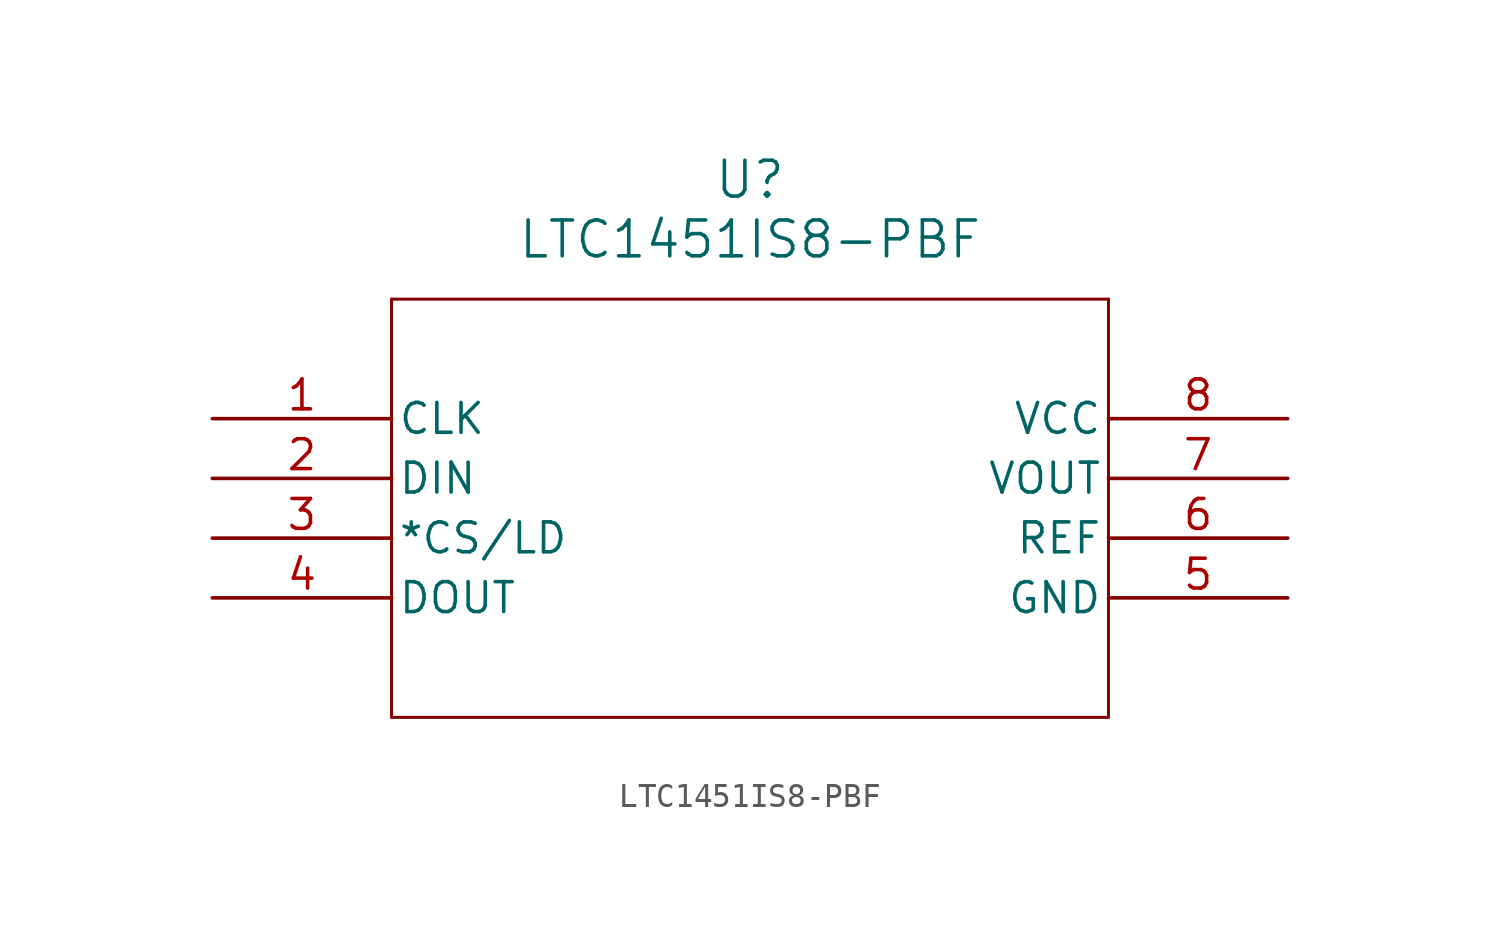
<source format=kicad_sym>
(kicad_symbol_lib
  (version 20211014)
  (generator kicad_symbol_editor)
  (symbol "LTC1451IS8-PBF"
    (pin_names
      (offset 0.254))
    (property "Reference" "U"
      (at 22.86 10.16 0)
      (effects (font (size 1.524 1.524))))
    (property "Value" "LTC1451IS8-PBF"
      (at 22.86 7.62 0)
      (effects (font (size 1.524 1.524))))
    (symbol "LTC1451IS8-PBF_0_1"
      (polyline (pts (xy 7.62 5.08) (xy 7.62 -12.7)) (stroke (width 0.127) (type default) (color 0 0 0 0)) (fill (type none)))
      (polyline (pts (xy 7.62 -12.7) (xy 38.1 -12.7)) (stroke (width 0.127) (type default) (color 0 0 0 0)) (fill (type none)))
      (polyline (pts (xy 38.1 -12.7) (xy 38.1 5.08)) (stroke (width 0.127) (type default) (color 0 0 0 0)) (fill (type none)))
      (polyline (pts (xy 38.1 5.08) (xy 7.62 5.08)) (stroke (width 0.127) (type default) (color 0 0 0 0)) (fill (type none)))
      (pin input line (at 0 0 0) (length 7.62) (name "CLK" (effects (font (size 1.27 1.27)))) (number "1" (effects (font (size 1.27 1.27)))))
      (pin input line (at 0 -2.54 0) (length 7.62) (name "DIN" (effects (font (size 1.27 1.27)))) (number "2" (effects (font (size 1.27 1.27)))))
      (pin bidirectional line (at 0 -5.08 0) (length 7.62) (name "*CS/LD" (effects (font (size 1.27 1.27)))) (number "3" (effects (font (size 1.27 1.27)))))
      (pin output line (at 0 -7.62 0) (length 7.62) (name "DOUT" (effects (font (size 1.27 1.27)))) (number "4" (effects (font (size 1.27 1.27)))))
      (pin power_in line (at 45.72 -7.62 180) (length 7.62) (name "GND" (effects (font (size 1.27 1.27)))) (number "5" (effects (font (size 1.27 1.27)))))
      (pin bidirectional line (at 45.72 -5.08 180) (length 7.62) (name "REF" (effects (font (size 1.27 1.27)))) (number "6" (effects (font (size 1.27 1.27)))))
      (pin output line (at 45.72 -2.54 180) (length 7.62) (name "VOUT" (effects (font (size 1.27 1.27)))) (number "7" (effects (font (size 1.27 1.27)))))
      (pin power_in line (at 45.72 0 180) (length 7.62) (name "VCC" (effects (font (size 1.27 1.27)))) (number "8" (effects (font (size 1.27 1.27))))))))
</source>
